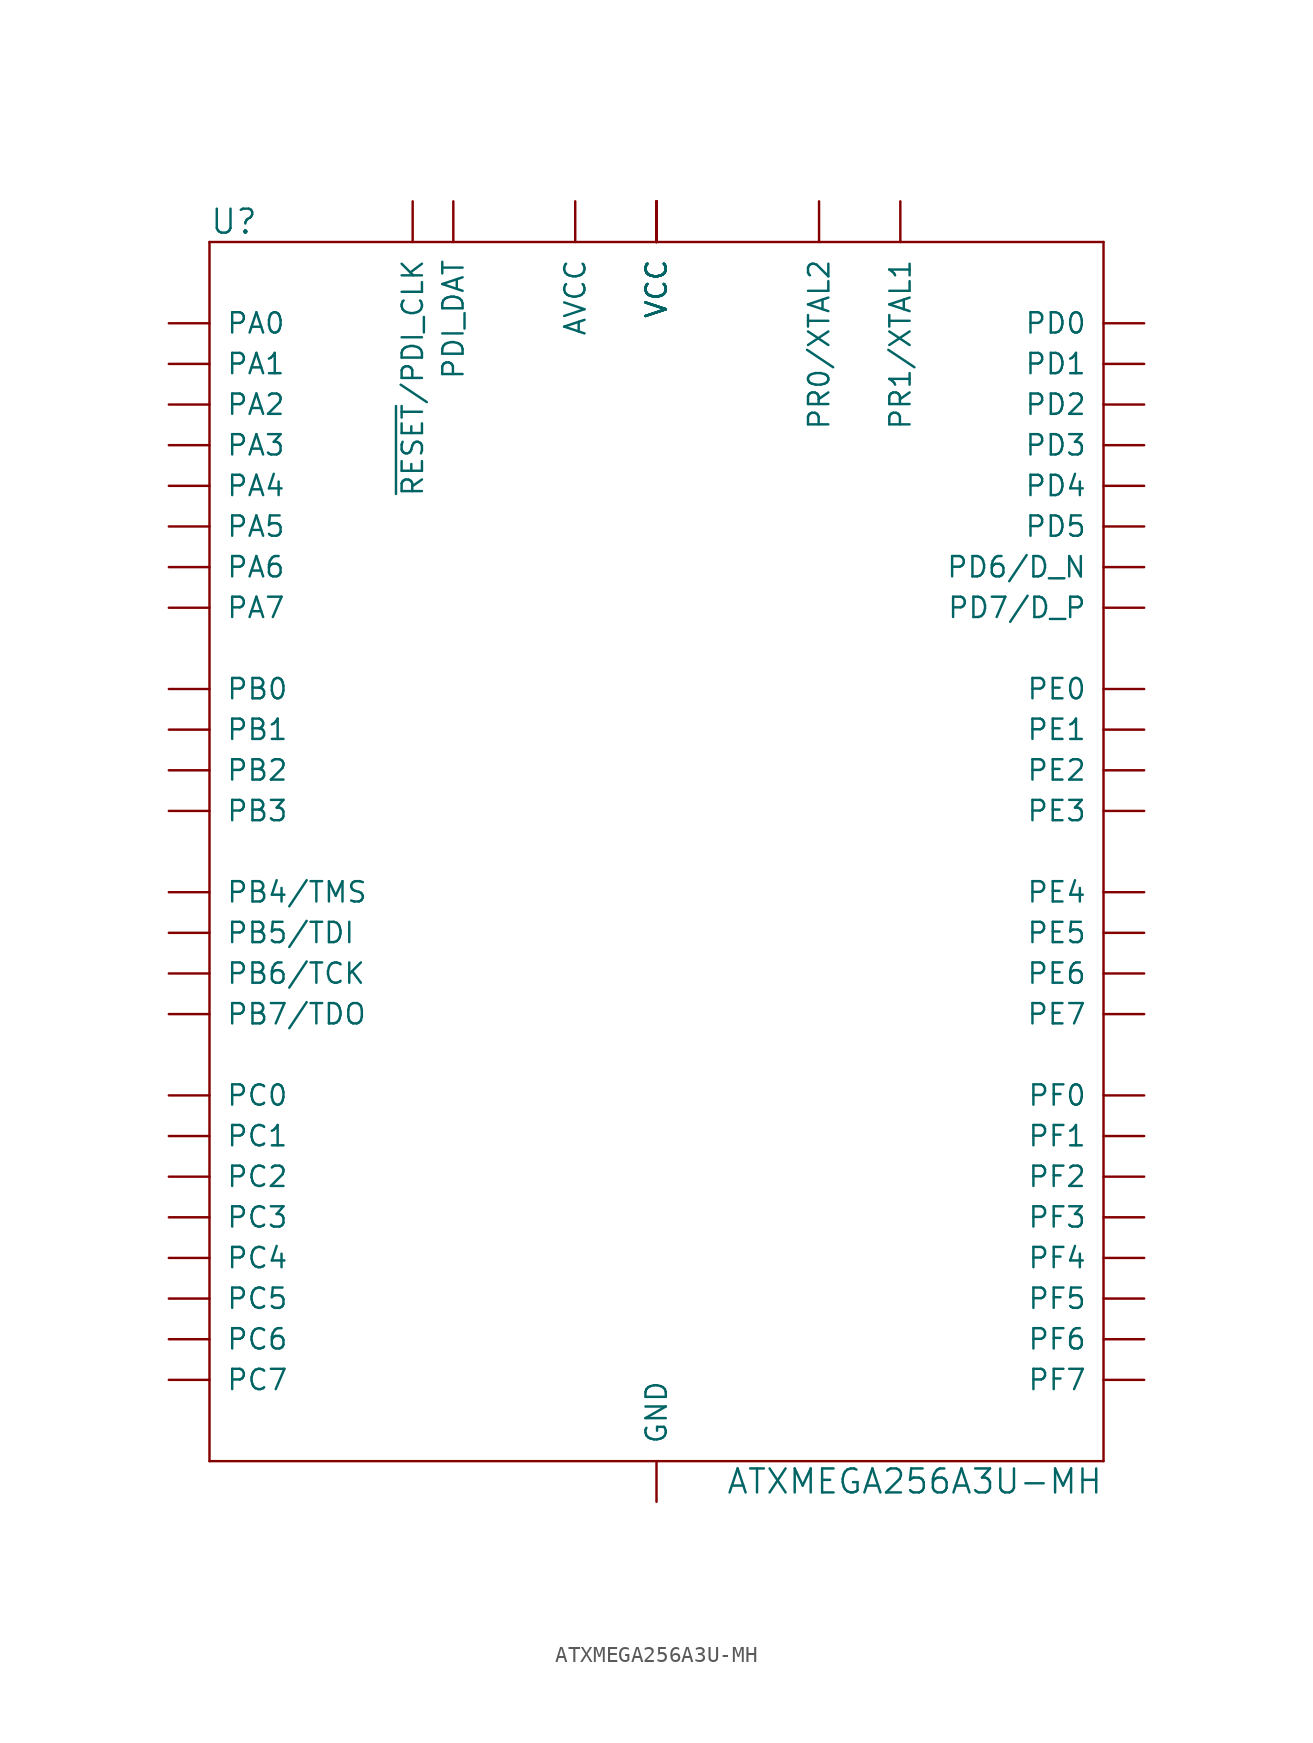
<source format=kicad_sym>
(kicad_symbol_lib
  (version 20211014)
  (generator kicad_symbol_editor)
  (symbol "ATXMEGA256A3U-MH"
    (pin_numbers hide)
    (pin_names
      (offset 1.016))
    (property "Reference" "U"
      (at -27.94 39.37 0)
      (effects (font (size 1.499 1.499)) (justify left)))
    (property "Value" "ATXMEGA256A3U-MH"
      (at 27.94 -39.37 0)
      (effects (font (size 1.499 1.499)) (justify right)))
    (symbol "ATXMEGA256A3U-MH_1_0"
      (polyline (pts (xy -27.94 -38.1) (xy -27.94 38.1)) (stroke (width 0) (type default) (color 0 0 0 0)) (fill (type none)))
      (polyline (pts (xy -27.94 38.1) (xy 27.94 38.1)) (stroke (width 0) (type default) (color 0 0 0 0)) (fill (type none)))
      (polyline (pts (xy 27.94 -38.1) (xy -27.94 -38.1)) (stroke (width 0) (type default) (color 0 0 0 0)) (fill (type none)))
      (polyline (pts (xy 27.94 38.1) (xy 27.94 -38.1)) (stroke (width 0) (type default) (color 0 0 0 0)) (fill (type none)))
      (pin bidirectional line (at -30.48 25.4 0) (length 2.54) (name "PA3" (effects (font (size 1.27 1.27)))) (number "1" (effects (font (size 0 0)))))
      (pin bidirectional line (at -30.48 -2.54 0) (length 2.54) (name "PB4/TMS" (effects (font (size 1.27 1.27)))) (number "10" (effects (font (size 0 0)))))
      (pin bidirectional line (at -30.48 -5.08 0) (length 2.54) (name "PB5/TDI" (effects (font (size 1.27 1.27)))) (number "11" (effects (font (size 0 0)))))
      (pin bidirectional line (at -30.48 -7.62 0) (length 2.54) (name "PB6/TCK" (effects (font (size 1.27 1.27)))) (number "12" (effects (font (size 0 0)))))
      (pin bidirectional line (at -30.48 -10.16 0) (length 2.54) (name "PB7/TDO" (effects (font (size 1.27 1.27)))) (number "13" (effects (font (size 0 0)))))
      (pin passive line (at 0 -40.64 90) (length 2.54) (name "GND" (effects (font (size 1.27 1.27)))) (number "14" (effects (font (size 0 0)))))
      (pin passive line (at 0 40.64 270) (length 2.54) (name "VCC" (effects (font (size 1.27 1.27)))) (number "15" (effects (font (size 0 0)))))
      (pin bidirectional line (at -30.48 -15.24 0) (length 2.54) (name "PC0" (effects (font (size 1.27 1.27)))) (number "16" (effects (font (size 0 0)))))
      (pin bidirectional line (at -30.48 -17.78 0) (length 2.54) (name "PC1" (effects (font (size 1.27 1.27)))) (number "17" (effects (font (size 0 0)))))
      (pin bidirectional line (at -30.48 -20.32 0) (length 2.54) (name "PC2" (effects (font (size 1.27 1.27)))) (number "18" (effects (font (size 0 0)))))
      (pin bidirectional line (at -30.48 -22.86 0) (length 2.54) (name "PC3" (effects (font (size 1.27 1.27)))) (number "19" (effects (font (size 0 0)))))
      (pin bidirectional line (at -30.48 22.86 0) (length 2.54) (name "PA4" (effects (font (size 1.27 1.27)))) (number "2" (effects (font (size 0 0)))))
      (pin bidirectional line (at -30.48 -25.4 0) (length 2.54) (name "PC4" (effects (font (size 1.27 1.27)))) (number "20" (effects (font (size 0 0)))))
      (pin bidirectional line (at -30.48 -27.94 0) (length 2.54) (name "PC5" (effects (font (size 1.27 1.27)))) (number "21" (effects (font (size 0 0)))))
      (pin bidirectional line (at -30.48 -30.48 0) (length 2.54) (name "PC6" (effects (font (size 1.27 1.27)))) (number "22" (effects (font (size 0 0)))))
      (pin bidirectional line (at -30.48 -33.02 0) (length 2.54) (name "PC7" (effects (font (size 1.27 1.27)))) (number "23" (effects (font (size 0 0)))))
      (pin passive line (at 0 -40.64 90) (length 2.54) hide (name "GND" (effects (font (size 1.27 1.27)))) (number "24" (effects (font (size 0 0)))))
      (pin passive line (at 0 40.64 270) (length 2.54) (name "VCC" (effects (font (size 1.27 1.27)))) (number "25" (effects (font (size 0 0)))))
      (pin bidirectional line (at 30.48 33.02 180) (length 2.54) (name "PD0" (effects (font (size 1.27 1.27)))) (number "26" (effects (font (size 0 0)))))
      (pin bidirectional line (at 30.48 30.48 180) (length 2.54) (name "PD1" (effects (font (size 1.27 1.27)))) (number "27" (effects (font (size 0 0)))))
      (pin bidirectional line (at 30.48 27.94 180) (length 2.54) (name "PD2" (effects (font (size 1.27 1.27)))) (number "28" (effects (font (size 0 0)))))
      (pin bidirectional line (at 30.48 25.4 180) (length 2.54) (name "PD3" (effects (font (size 1.27 1.27)))) (number "29" (effects (font (size 0 0)))))
      (pin bidirectional line (at -30.48 20.32 0) (length 2.54) (name "PA5" (effects (font (size 1.27 1.27)))) (number "3" (effects (font (size 0 0)))))
      (pin bidirectional line (at 30.48 22.86 180) (length 2.54) (name "PD4" (effects (font (size 1.27 1.27)))) (number "30" (effects (font (size 0 0)))))
      (pin bidirectional line (at 30.48 20.32 180) (length 2.54) (name "PD5" (effects (font (size 1.27 1.27)))) (number "31" (effects (font (size 0 0)))))
      (pin bidirectional line (at 30.48 17.78 180) (length 2.54) (name "PD6/D_N" (effects (font (size 1.27 1.27)))) (number "32" (effects (font (size 0 0)))))
      (pin bidirectional line (at 30.48 15.24 180) (length 2.54) (name "PD7/D_P" (effects (font (size 1.27 1.27)))) (number "33" (effects (font (size 0 0)))))
      (pin passive line (at 0 -40.64 90) (length 2.54) hide (name "GND" (effects (font (size 1.27 1.27)))) (number "34" (effects (font (size 0 0)))))
      (pin passive line (at 0 40.64 270) (length 2.54) (name "VCC" (effects (font (size 1.27 1.27)))) (number "35" (effects (font (size 0 0)))))
      (pin bidirectional line (at 30.48 10.16 180) (length 2.54) (name "PE0" (effects (font (size 1.27 1.27)))) (number "36" (effects (font (size 0 0)))))
      (pin bidirectional line (at 30.48 7.62 180) (length 2.54) (name "PE1" (effects (font (size 1.27 1.27)))) (number "37" (effects (font (size 0 0)))))
      (pin bidirectional line (at 30.48 5.08 180) (length 2.54) (name "PE2" (effects (font (size 1.27 1.27)))) (number "38" (effects (font (size 0 0)))))
      (pin bidirectional line (at 30.48 2.54 180) (length 2.54) (name "PE3" (effects (font (size 1.27 1.27)))) (number "39" (effects (font (size 0 0)))))
      (pin bidirectional line (at -30.48 17.78 0) (length 2.54) (name "PA6" (effects (font (size 1.27 1.27)))) (number "4" (effects (font (size 0 0)))))
      (pin bidirectional line (at 30.48 -2.54 180) (length 2.54) (name "PE4" (effects (font (size 1.27 1.27)))) (number "40" (effects (font (size 0 0)))))
      (pin bidirectional line (at 30.48 -5.08 180) (length 2.54) (name "PE5" (effects (font (size 1.27 1.27)))) (number "41" (effects (font (size 0 0)))))
      (pin bidirectional line (at 30.48 -7.62 180) (length 2.54) (name "PE6" (effects (font (size 1.27 1.27)))) (number "42" (effects (font (size 0 0)))))
      (pin input line (at 30.48 -10.16 180) (length 2.54) (name "PE7" (effects (font (size 1.27 1.27)))) (number "43" (effects (font (size 0 0)))))
      (pin passive line (at 0 -40.64 90) (length 2.54) hide (name "GND" (effects (font (size 1.27 1.27)))) (number "44" (effects (font (size 0 0)))))
      (pin passive line (at 0 40.64 270) (length 2.54) (name "VCC" (effects (font (size 1.27 1.27)))) (number "45" (effects (font (size 0 0)))))
      (pin bidirectional line (at 30.48 -15.24 180) (length 2.54) (name "PF0" (effects (font (size 1.27 1.27)))) (number "46" (effects (font (size 0 0)))))
      (pin bidirectional line (at 30.48 -17.78 180) (length 2.54) (name "PF1" (effects (font (size 1.27 1.27)))) (number "47" (effects (font (size 0 0)))))
      (pin bidirectional line (at 30.48 -20.32 180) (length 2.54) (name "PF2" (effects (font (size 1.27 1.27)))) (number "48" (effects (font (size 0 0)))))
      (pin bidirectional line (at 30.48 -22.86 180) (length 2.54) (name "PF3" (effects (font (size 1.27 1.27)))) (number "49" (effects (font (size 0 0)))))
      (pin bidirectional line (at -30.48 15.24 0) (length 2.54) (name "PA7" (effects (font (size 1.27 1.27)))) (number "5" (effects (font (size 0 0)))))
      (pin bidirectional line (at 30.48 -25.4 180) (length 2.54) (name "PF4" (effects (font (size 1.27 1.27)))) (number "50" (effects (font (size 0 0)))))
      (pin bidirectional line (at 30.48 -27.94 180) (length 2.54) (name "PF5" (effects (font (size 1.27 1.27)))) (number "51" (effects (font (size 0 0)))))
      (pin passive line (at 0 -40.64 90) (length 2.54) hide (name "GND" (effects (font (size 1.27 1.27)))) (number "52" (effects (font (size 0 0)))))
      (pin passive line (at 0 40.64 270) (length 2.54) (name "VCC" (effects (font (size 1.27 1.27)))) (number "53" (effects (font (size 0 0)))))
      (pin bidirectional line (at 30.48 -30.48 180) (length 2.54) (name "PF6" (effects (font (size 1.27 1.27)))) (number "54" (effects (font (size 0 0)))))
      (pin bidirectional line (at 30.48 -33.02 180) (length 2.54) (name "PF7" (effects (font (size 1.27 1.27)))) (number "55" (effects (font (size 0 0)))))
      (pin input line (at -12.7 40.64 270) (length 2.54) (name "PDI_DAT" (effects (font (size 1.27 1.27)))) (number "56" (effects (font (size 0 0)))))
      (pin input line (at -15.24 40.64 270) (length 2.54) (name "~{RESET}/PDI_CLK" (effects (font (size 1.27 1.27)))) (number "57" (effects (font (size 0 0)))))
      (pin bidirectional line (at 10.16 40.64 270) (length 2.54) (name "PR0/XTAL2" (effects (font (size 1.27 1.27)))) (number "58" (effects (font (size 0 0)))))
      (pin bidirectional line (at 15.24 40.64 270) (length 2.54) (name "PR1/XTAL1" (effects (font (size 1.27 1.27)))) (number "59" (effects (font (size 0 0)))))
      (pin bidirectional line (at -30.48 10.16 0) (length 2.54) (name "PB0" (effects (font (size 1.27 1.27)))) (number "6" (effects (font (size 0 0)))))
      (pin passive line (at 0 -40.64 90) (length 2.54) hide (name "GND" (effects (font (size 1.27 1.27)))) (number "60" (effects (font (size 0 0)))))
      (pin passive line (at -5.08 40.64 270) (length 2.54) (name "AVCC" (effects (font (size 1.27 1.27)))) (number "61" (effects (font (size 0 0)))))
      (pin bidirectional line (at -30.48 33.02 0) (length 2.54) (name "PA0" (effects (font (size 1.27 1.27)))) (number "62" (effects (font (size 0 0)))))
      (pin bidirectional line (at -30.48 30.48 0) (length 2.54) (name "PA1" (effects (font (size 1.27 1.27)))) (number "63" (effects (font (size 0 0)))))
      (pin bidirectional line (at -30.48 27.94 0) (length 2.54) (name "PA2" (effects (font (size 1.27 1.27)))) (number "64" (effects (font (size 0 0)))))
      (pin passive line (at 0 -40.64 90) (length 2.54) hide (name "GND" (effects (font (size 1.27 1.27)))) (number "65" (effects (font (size 0 0)))))
      (pin bidirectional line (at -30.48 7.62 0) (length 2.54) (name "PB1" (effects (font (size 1.27 1.27)))) (number "7" (effects (font (size 0 0)))))
      (pin bidirectional line (at -30.48 5.08 0) (length 2.54) (name "PB2" (effects (font (size 1.27 1.27)))) (number "8" (effects (font (size 0 0)))))
      (pin bidirectional line (at -30.48 2.54 0) (length 2.54) (name "PB3" (effects (font (size 1.27 1.27)))) (number "9" (effects (font (size 0 0))))))))
</source>
